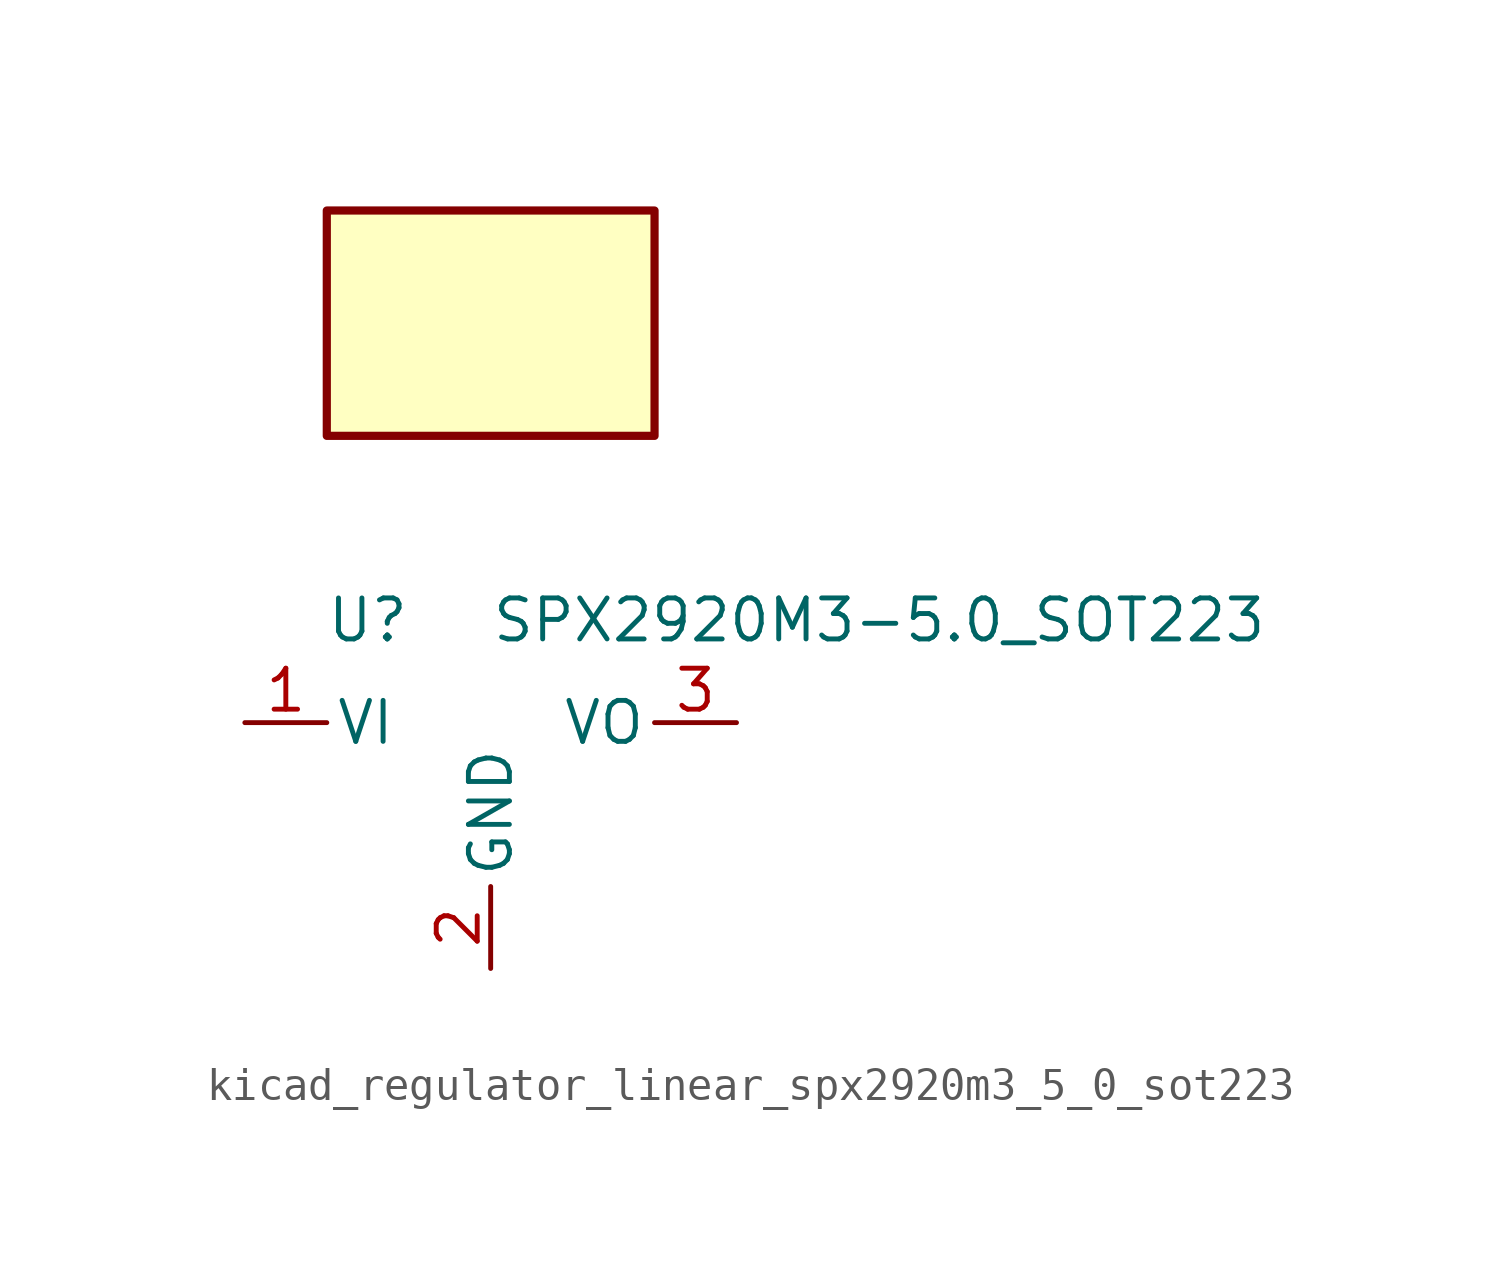
<source format=kicad_sym>
(kicad_symbol_lib
  (version 20220914)
  (generator kicad_symbol_editor)
  (symbol "kicad_regulator_linear_spx2920m3_5_0_sot223"
    (pin_names
      (offset 0.254))
    (property "Reference" "U"
      (at -3.81 3.175 0)
      (effects (font (size 1.27 1.27))))
    (property "Value" "SPX2920M3-5.0_SOT223"
      (at 0 3.175 0)
      (effects (font (size 1.27 1.27)) (justify left)))
    (symbol "kicad_regulator_linear_spx2920m3_5_0_sot223_0_1"
      (rectangle (start 5.08 15.875) (end -5.08 8.89) (stroke (width 0.254) (type default)) (fill (type background))))
    (symbol "kicad_regulator_linear_spx2920m3_5_0_sot223_1_1"
      (pin power_in line (at -7.62 0 0) (length 2.54) (name "VI" (effects (font (size 1.27 1.27)))) (number "1" (effects (font (size 1.27 1.27)))))
      (pin power_in line (at 0 -7.62 90) (length 2.54) (name "GND" (effects (font (size 1.27 1.27)))) (number "2" (effects (font (size 1.27 1.27)))))
      (pin power_out line (at 7.62 0 180) (length 2.54) (name "VO" (effects (font (size 1.27 1.27)))) (number "3" (effects (font (size 1.27 1.27))))))))
</source>
